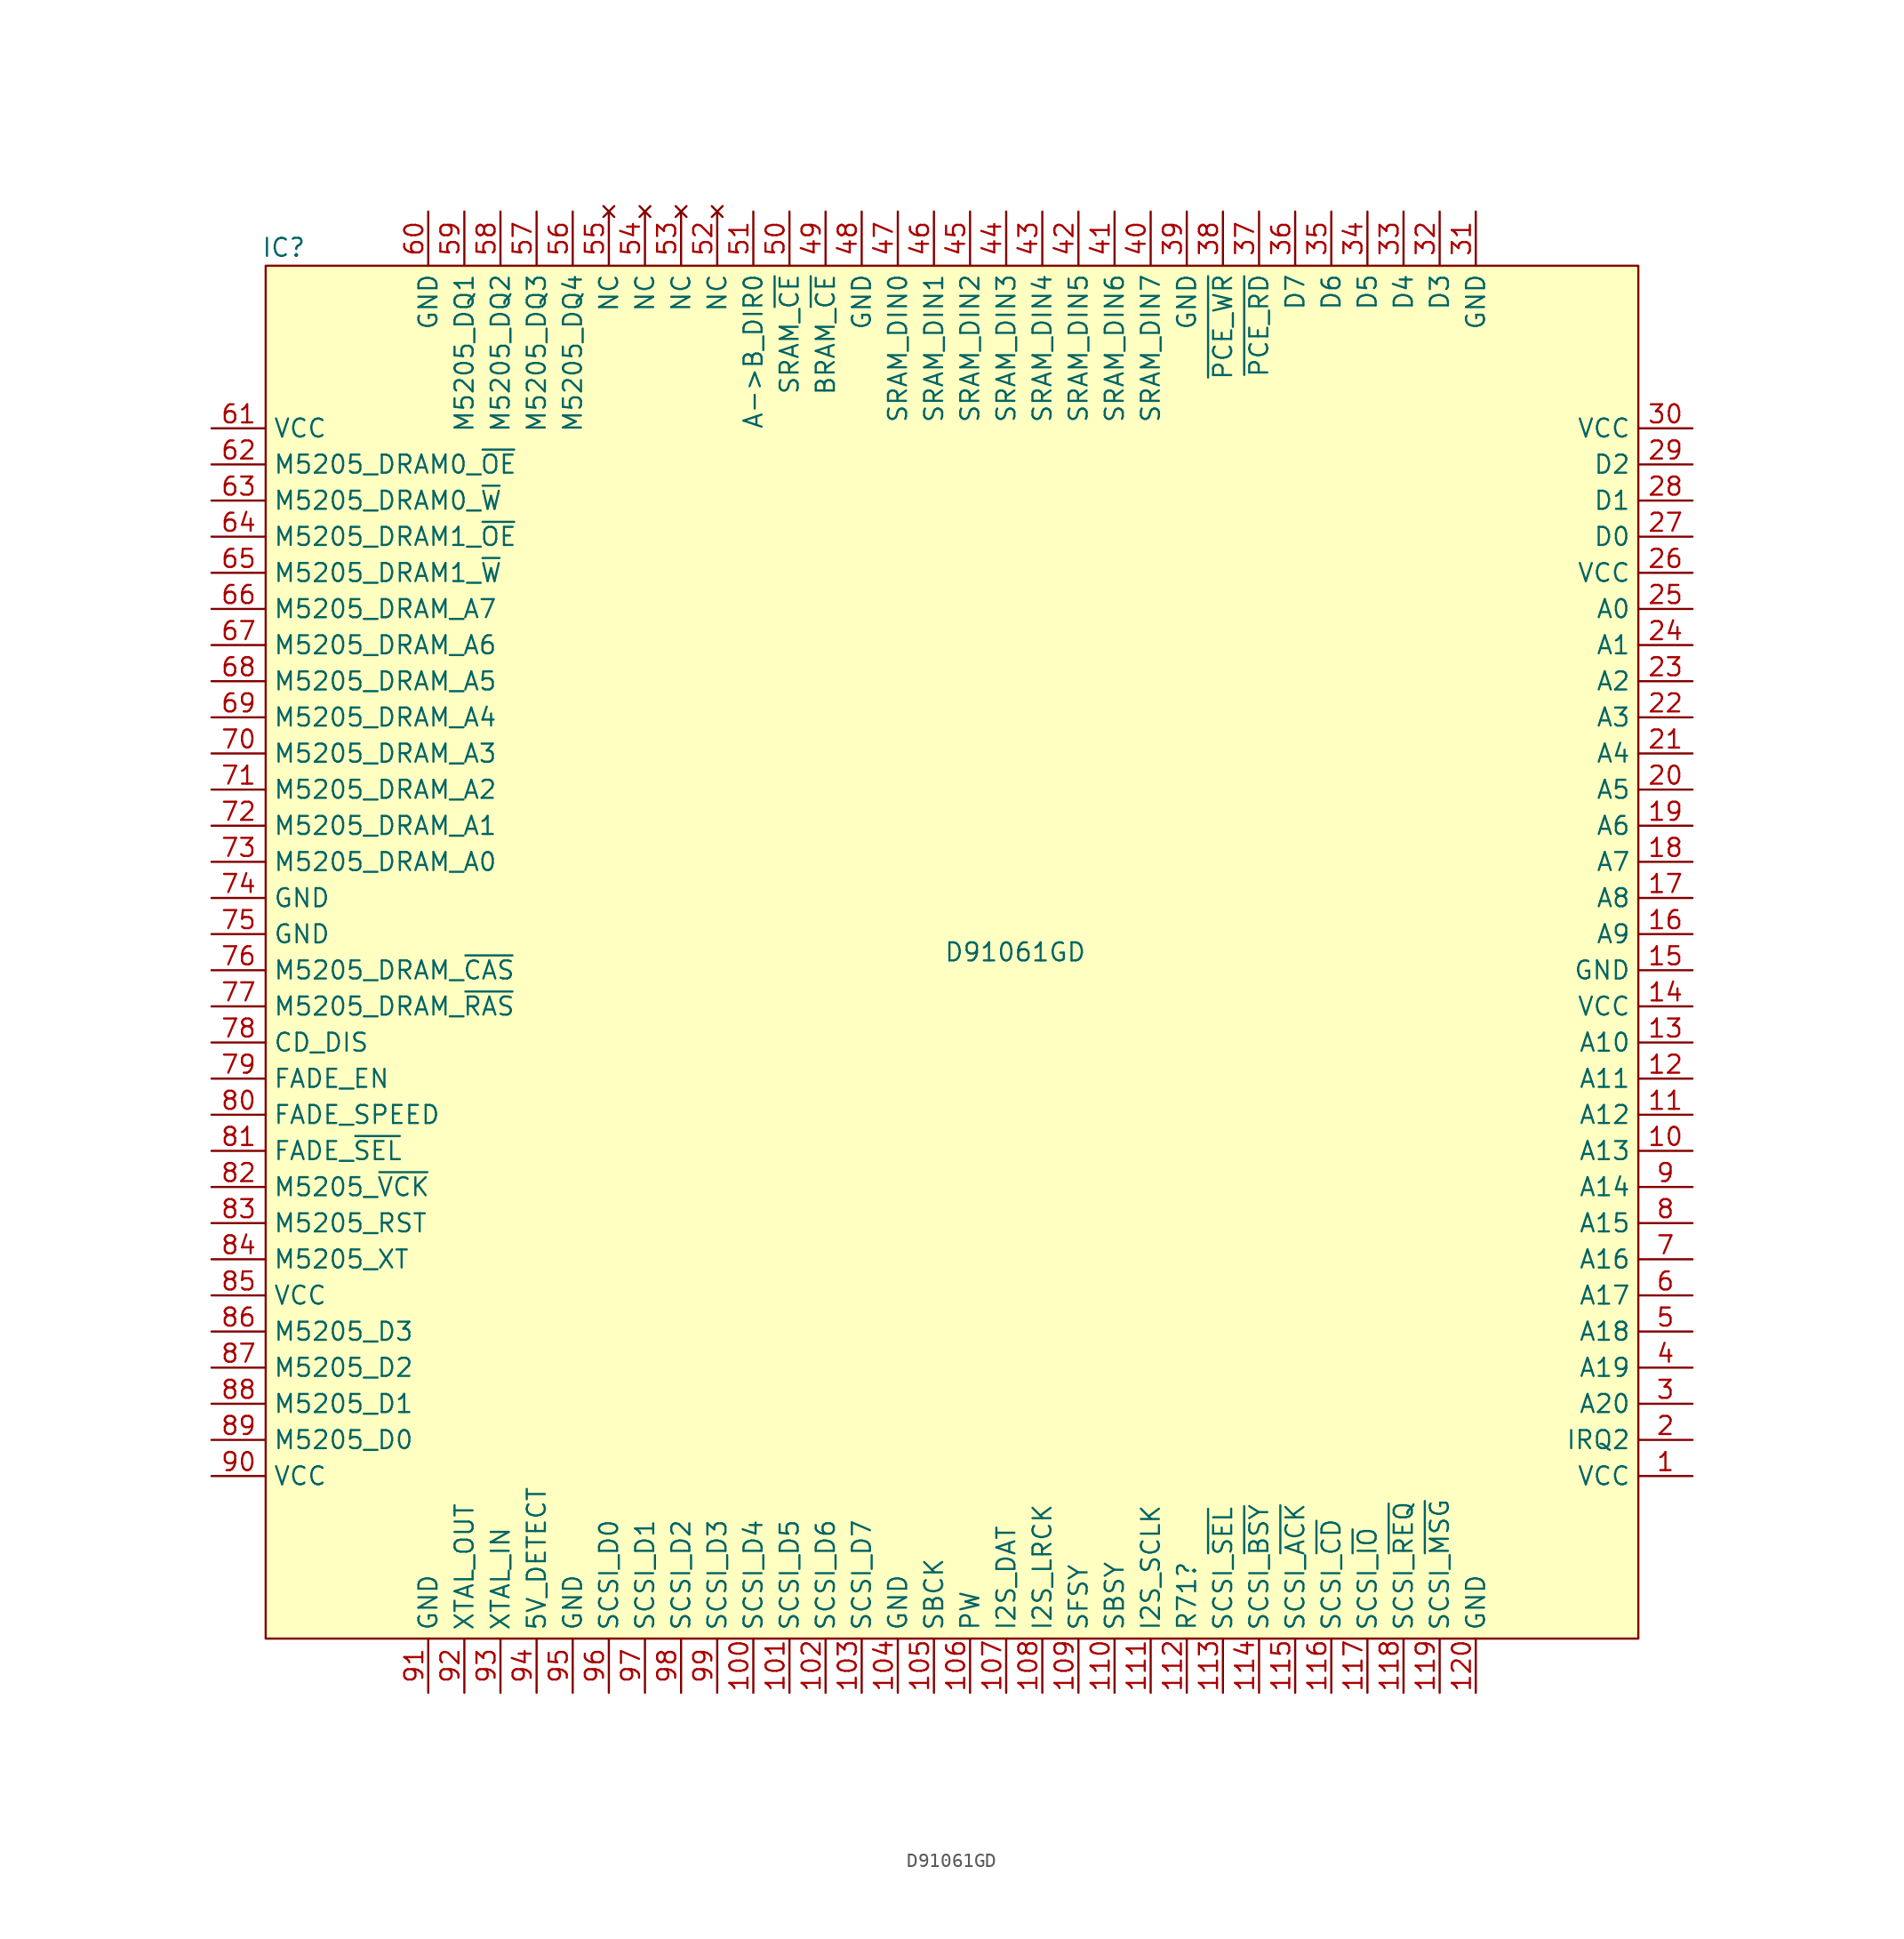
<source format=kicad_sym>
(kicad_symbol_lib
  (version 20241209)
  (generator "kicad_symbol_editor")
  (generator_version "9.0")
  (symbol "D91061GD"
    (property "Reference" "IC"
      (at 3.81 12.7 0)
      (effects (font (size 1.27 1.27))))
    (property "Value" "D91061GD"
      (at 55.245 -36.83 0)
      (effects (font (size 1.27 1.27))))
    (symbol "D91061GD_0_1"
      (rectangle (start 2.54 11.43) (end 99.06 -85.09) (stroke (width 0.152) (type default)) (fill (type background))))
    (symbol "D91061GD_1_1"
      (pin power_in line (at -1.27 0 0) (length 3.81) (name "VCC" (effects (font (size 1.27 1.27)))) (number "61" (effects (font (size 1.27 1.27)))))
      (pin output line (at -1.27 -2.54 0) (length 3.81) (name "M5205_DRAM0_~{OE}" (effects (font (size 1.27 1.27)))) (number "62" (effects (font (size 1.27 1.27)))))
      (pin output line (at -1.27 -5.08 0) (length 3.81) (name "M5205_DRAM0_~{W}" (effects (font (size 1.27 1.27)))) (number "63" (effects (font (size 1.27 1.27)))))
      (pin output line (at -1.27 -7.62 0) (length 3.81) (name "M5205_DRAM1_~{OE}" (effects (font (size 1.27 1.27)))) (number "64" (effects (font (size 1.27 1.27)))))
      (pin output line (at -1.27 -10.16 0) (length 3.81) (name "M5205_DRAM1_~{W}" (effects (font (size 1.27 1.27)))) (number "65" (effects (font (size 1.27 1.27)))))
      (pin output line (at -1.27 -12.7 0) (length 3.81) (name "M5205_DRAM_A7" (effects (font (size 1.27 1.27)))) (number "66" (effects (font (size 1.27 1.27)))))
      (pin output line (at -1.27 -15.24 0) (length 3.81) (name "M5205_DRAM_A6" (effects (font (size 1.27 1.27)))) (number "67" (effects (font (size 1.27 1.27)))))
      (pin output line (at -1.27 -17.78 0) (length 3.81) (name "M5205_DRAM_A5" (effects (font (size 1.27 1.27)))) (number "68" (effects (font (size 1.27 1.27)))))
      (pin output line (at -1.27 -20.32 0) (length 3.81) (name "M5205_DRAM_A4" (effects (font (size 1.27 1.27)))) (number "69" (effects (font (size 1.27 1.27)))))
      (pin output line (at -1.27 -22.86 0) (length 3.81) (name "M5205_DRAM_A3" (effects (font (size 1.27 1.27)))) (number "70" (effects (font (size 1.27 1.27)))))
      (pin output line (at -1.27 -25.4 0) (length 3.81) (name "M5205_DRAM_A2" (effects (font (size 1.27 1.27)))) (number "71" (effects (font (size 1.27 1.27)))))
      (pin output line (at -1.27 -27.94 0) (length 3.81) (name "M5205_DRAM_A1" (effects (font (size 1.27 1.27)))) (number "72" (effects (font (size 1.27 1.27)))))
      (pin output line (at -1.27 -30.48 0) (length 3.81) (name "M5205_DRAM_A0" (effects (font (size 1.27 1.27)))) (number "73" (effects (font (size 1.27 1.27)))))
      (pin power_in line (at -1.27 -33.02 0) (length 3.81) (name "GND" (effects (font (size 1.27 1.27)))) (number "74" (effects (font (size 1.27 1.27)))))
      (pin power_in line (at -1.27 -35.56 0) (length 3.81) (name "GND" (effects (font (size 1.27 1.27)))) (number "75" (effects (font (size 1.27 1.27)))))
      (pin output line (at -1.27 -38.1 0) (length 3.81) (name "M5205_DRAM_~{CAS}" (effects (font (size 1.27 1.27)))) (number "76" (effects (font (size 1.27 1.27)))))
      (pin output line (at -1.27 -40.64 0) (length 3.81) (name "M5205_DRAM_~{RAS}" (effects (font (size 1.27 1.27)))) (number "77" (effects (font (size 1.27 1.27)))))
      (pin output line (at -1.27 -43.18 0) (length 3.81) (name "CD_DIS" (effects (font (size 1.27 1.27)))) (number "78" (effects (font (size 1.27 1.27)))))
      (pin output line (at -1.27 -45.72 0) (length 3.81) (name "FADE_EN" (effects (font (size 1.27 1.27)))) (number "79" (effects (font (size 1.27 1.27)))))
      (pin output line (at -1.27 -48.26 0) (length 3.81) (name "FADE_SPEED" (effects (font (size 1.27 1.27)))) (number "80" (effects (font (size 1.27 1.27)))))
      (pin output line (at -1.27 -50.8 0) (length 3.81) (name "FADE_~{SEL}" (effects (font (size 1.27 1.27)))) (number "81" (effects (font (size 1.27 1.27)))))
      (pin input line (at -1.27 -53.34 0) (length 3.81) (name "M5205_~{VCK}" (effects (font (size 1.27 1.27)))) (number "82" (effects (font (size 1.27 1.27)))))
      (pin output line (at -1.27 -55.88 0) (length 3.81) (name "M5205_RST" (effects (font (size 1.27 1.27)))) (number "83" (effects (font (size 1.27 1.27)))))
      (pin output line (at -1.27 -58.42 0) (length 3.81) (name "M5205_XT" (effects (font (size 1.27 1.27)))) (number "84" (effects (font (size 1.27 1.27)))))
      (pin power_in line (at -1.27 -60.96 0) (length 3.81) (name "VCC" (effects (font (size 1.27 1.27)))) (number "85" (effects (font (size 1.27 1.27)))))
      (pin output line (at -1.27 -63.5 0) (length 3.81) (name "M5205_D3" (effects (font (size 1.27 1.27)))) (number "86" (effects (font (size 1.27 1.27)))))
      (pin output line (at -1.27 -66.04 0) (length 3.81) (name "M5205_D2" (effects (font (size 1.27 1.27)))) (number "87" (effects (font (size 1.27 1.27)))))
      (pin output line (at -1.27 -68.58 0) (length 3.81) (name "M5205_D1" (effects (font (size 1.27 1.27)))) (number "88" (effects (font (size 1.27 1.27)))))
      (pin output line (at -1.27 -71.12 0) (length 3.81) (name "M5205_D0" (effects (font (size 1.27 1.27)))) (number "89" (effects (font (size 1.27 1.27)))))
      (pin power_in line (at -1.27 -73.66 0) (length 3.81) (name "VCC" (effects (font (size 1.27 1.27)))) (number "90" (effects (font (size 1.27 1.27)))))
      (pin power_in line (at 13.97 15.24 270) (length 3.81) (name "GND" (effects (font (size 1.27 1.27)))) (number "60" (effects (font (size 1.27 1.27)))))
      (pin power_in line (at 13.97 -88.9 90) (length 3.81) (name "GND" (effects (font (size 1.27 1.27)))) (number "91" (effects (font (size 1.27 1.27)))))
      (pin output line (at 16.51 15.24 270) (length 3.81) (name "M5205_DQ1" (effects (font (size 1.27 1.27)))) (number "59" (effects (font (size 1.27 1.27)))))
      (pin output line (at 16.51 -88.9 90) (length 3.81) (name "XTAL_OUT" (effects (font (size 1.27 1.27)))) (number "92" (effects (font (size 1.27 1.27)))))
      (pin output line (at 19.05 15.24 270) (length 3.81) (name "M5205_DQ2" (effects (font (size 1.27 1.27)))) (number "58" (effects (font (size 1.27 1.27)))))
      (pin input line (at 19.05 -88.9 90) (length 3.81) (name "XTAL_IN" (effects (font (size 1.27 1.27)))) (number "93" (effects (font (size 1.27 1.27)))))
      (pin output line (at 21.59 15.24 270) (length 3.81) (name "M5205_DQ3" (effects (font (size 1.27 1.27)))) (number "57" (effects (font (size 1.27 1.27)))))
      (pin input line (at 21.59 -88.9 90) (length 3.81) (name "5V_DETECT" (effects (font (size 1.27 1.27)))) (number "94" (effects (font (size 1.27 1.27)))))
      (pin output line (at 24.13 15.24 270) (length 3.81) (name "M5205_DQ4" (effects (font (size 1.27 1.27)))) (number "56" (effects (font (size 1.27 1.27)))))
      (pin power_in line (at 24.13 -88.9 90) (length 3.81) (name "GND" (effects (font (size 1.27 1.27)))) (number "95" (effects (font (size 1.27 1.27)))))
      (pin no_connect line (at 26.67 15.24 270) (length 3.81) (name "NC" (effects (font (size 1.27 1.27)))) (number "55" (effects (font (size 1.27 1.27)))))
      (pin bidirectional line (at 26.67 -88.9 90) (length 3.81) (name "SCSI_D0" (effects (font (size 1.27 1.27)))) (number "96" (effects (font (size 1.27 1.27)))))
      (pin no_connect line (at 29.21 15.24 270) (length 3.81) (name "NC" (effects (font (size 1.27 1.27)))) (number "54" (effects (font (size 1.27 1.27)))))
      (pin bidirectional line (at 29.21 -88.9 90) (length 3.81) (name "SCSI_D1" (effects (font (size 1.27 1.27)))) (number "97" (effects (font (size 1.27 1.27)))))
      (pin no_connect line (at 31.75 15.24 270) (length 3.81) (name "NC" (effects (font (size 1.27 1.27)))) (number "53" (effects (font (size 1.27 1.27)))))
      (pin bidirectional line (at 31.75 -88.9 90) (length 3.81) (name "SCSI_D2" (effects (font (size 1.27 1.27)))) (number "98" (effects (font (size 1.27 1.27)))))
      (pin no_connect line (at 34.29 15.24 270) (length 3.81) (name "NC" (effects (font (size 1.27 1.27)))) (number "52" (effects (font (size 1.27 1.27)))))
      (pin bidirectional line (at 34.29 -88.9 90) (length 3.81) (name "SCSI_D3" (effects (font (size 1.27 1.27)))) (number "99" (effects (font (size 1.27 1.27)))))
      (pin output line (at 36.83 15.24 270) (length 3.81) (name "A->B_DIR0" (effects (font (size 1.27 1.27)))) (number "51" (effects (font (size 1.27 1.27)))))
      (pin bidirectional line (at 36.83 -88.9 90) (length 3.81) (name "SCSI_D4" (effects (font (size 1.27 1.27)))) (number "100" (effects (font (size 1.27 1.27)))))
      (pin output line (at 39.37 15.24 270) (length 3.81) (name "SRAM_~{CE}" (effects (font (size 1.27 1.27)))) (number "50" (effects (font (size 1.27 1.27)))))
      (pin bidirectional line (at 39.37 -88.9 90) (length 3.81) (name "SCSI_D5" (effects (font (size 1.27 1.27)))) (number "101" (effects (font (size 1.27 1.27)))))
      (pin output line (at 41.91 15.24 270) (length 3.81) (name "BRAM_~{CE}" (effects (font (size 1.27 1.27)))) (number "49" (effects (font (size 1.27 1.27)))))
      (pin bidirectional line (at 41.91 -88.9 90) (length 3.81) (name "SCSI_D6" (effects (font (size 1.27 1.27)))) (number "102" (effects (font (size 1.27 1.27)))))
      (pin power_in line (at 44.45 15.24 270) (length 3.81) (name "GND" (effects (font (size 1.27 1.27)))) (number "48" (effects (font (size 1.27 1.27)))))
      (pin bidirectional line (at 44.45 -88.9 90) (length 3.81) (name "SCSI_D7" (effects (font (size 1.27 1.27)))) (number "103" (effects (font (size 1.27 1.27)))))
      (pin bidirectional line (at 46.99 15.24 270) (length 3.81) (name "SRAM_DIN0" (effects (font (size 1.27 1.27)))) (number "47" (effects (font (size 1.27 1.27)))))
      (pin power_in line (at 46.99 -88.9 90) (length 3.81) (name "GND" (effects (font (size 1.27 1.27)))) (number "104" (effects (font (size 1.27 1.27)))))
      (pin bidirectional line (at 49.53 15.24 270) (length 3.81) (name "SRAM_DIN1" (effects (font (size 1.27 1.27)))) (number "46" (effects (font (size 1.27 1.27)))))
      (pin input line (at 49.53 -88.9 90) (length 3.81) (name "SBCK" (effects (font (size 1.27 1.27)))) (number "105" (effects (font (size 1.27 1.27)))))
      (pin bidirectional line (at 52.07 15.24 270) (length 3.81) (name "SRAM_DIN2" (effects (font (size 1.27 1.27)))) (number "45" (effects (font (size 1.27 1.27)))))
      (pin input line (at 52.07 -88.9 90) (length 3.81) (name "PW" (effects (font (size 1.27 1.27)))) (number "106" (effects (font (size 1.27 1.27)))))
      (pin bidirectional line (at 54.61 15.24 270) (length 3.81) (name "SRAM_DIN3" (effects (font (size 1.27 1.27)))) (number "44" (effects (font (size 1.27 1.27)))))
      (pin input line (at 54.61 -88.9 90) (length 3.81) (name "I2S_DAT" (effects (font (size 1.27 1.27)))) (number "107" (effects (font (size 1.27 1.27)))))
      (pin bidirectional line (at 57.15 15.24 270) (length 3.81) (name "SRAM_DIN4" (effects (font (size 1.27 1.27)))) (number "43" (effects (font (size 1.27 1.27)))))
      (pin input line (at 57.15 -88.9 90) (length 3.81) (name "I2S_LRCK" (effects (font (size 1.27 1.27)))) (number "108" (effects (font (size 1.27 1.27)))))
      (pin bidirectional line (at 59.69 15.24 270) (length 3.81) (name "SRAM_DIN5" (effects (font (size 1.27 1.27)))) (number "42" (effects (font (size 1.27 1.27)))))
      (pin input line (at 59.69 -88.9 90) (length 3.81) (name "SFSY" (effects (font (size 1.27 1.27)))) (number "109" (effects (font (size 1.27 1.27)))))
      (pin bidirectional line (at 62.23 15.24 270) (length 3.81) (name "SRAM_DIN6" (effects (font (size 1.27 1.27)))) (number "41" (effects (font (size 1.27 1.27)))))
      (pin input line (at 62.23 -88.9 90) (length 3.81) (name "SBSY" (effects (font (size 1.27 1.27)))) (number "110" (effects (font (size 1.27 1.27)))))
      (pin bidirectional line (at 64.77 15.24 270) (length 3.81) (name "SRAM_DIN7" (effects (font (size 1.27 1.27)))) (number "40" (effects (font (size 1.27 1.27)))))
      (pin input line (at 64.77 -88.9 90) (length 3.81) (name "I2S_SCLK" (effects (font (size 1.27 1.27)))) (number "111" (effects (font (size 1.27 1.27)))))
      (pin power_in line (at 67.31 15.24 270) (length 3.81) (name "GND" (effects (font (size 1.27 1.27)))) (number "39" (effects (font (size 1.27 1.27)))))
      (pin input line (at 67.31 -88.9 90) (length 3.81) (name "R71?" (effects (font (size 1.27 1.27)))) (number "112" (effects (font (size 1.27 1.27)))))
      (pin input line (at 69.85 15.24 270) (length 3.81) (name "~{PCE_WR}" (effects (font (size 1.27 1.27)))) (number "38" (effects (font (size 1.27 1.27)))))
      (pin bidirectional line (at 69.85 -88.9 90) (length 3.81) (name "SCSI_~{SEL}" (effects (font (size 1.27 1.27)))) (number "113" (effects (font (size 1.27 1.27)))))
      (pin input line (at 72.39 15.24 270) (length 3.81) (name "~{PCE_RD}" (effects (font (size 1.27 1.27)))) (number "37" (effects (font (size 1.27 1.27)))))
      (pin bidirectional line (at 72.39 -88.9 90) (length 3.81) (name "SCSI_~{BSY}" (effects (font (size 1.27 1.27)))) (number "114" (effects (font (size 1.27 1.27)))))
      (pin bidirectional line (at 74.93 15.24 270) (length 3.81) (name "D7" (effects (font (size 1.27 1.27)))) (number "36" (effects (font (size 1.27 1.27)))))
      (pin output line (at 74.93 -88.9 90) (length 3.81) (name "SCSI_~{ACK}" (effects (font (size 1.27 1.27)))) (number "115" (effects (font (size 1.27 1.27)))))
      (pin bidirectional line (at 77.47 15.24 270) (length 3.81) (name "D6" (effects (font (size 1.27 1.27)))) (number "35" (effects (font (size 1.27 1.27)))))
      (pin input line (at 77.47 -88.9 90) (length 3.81) (name "SCSI_~{CD}" (effects (font (size 1.27 1.27)))) (number "116" (effects (font (size 1.27 1.27)))))
      (pin bidirectional line (at 80.01 15.24 270) (length 3.81) (name "D5" (effects (font (size 1.27 1.27)))) (number "34" (effects (font (size 1.27 1.27)))))
      (pin input line (at 80.01 -88.9 90) (length 3.81) (name "SCSI_~{IO}" (effects (font (size 1.27 1.27)))) (number "117" (effects (font (size 1.27 1.27)))))
      (pin bidirectional line (at 82.55 15.24 270) (length 3.81) (name "D4" (effects (font (size 1.27 1.27)))) (number "33" (effects (font (size 1.27 1.27)))))
      (pin input line (at 82.55 -88.9 90) (length 3.81) (name "SCSI_~{REQ}" (effects (font (size 1.27 1.27)))) (number "118" (effects (font (size 1.27 1.27)))))
      (pin bidirectional line (at 85.09 15.24 270) (length 3.81) (name "D3" (effects (font (size 1.27 1.27)))) (number "32" (effects (font (size 1.27 1.27)))))
      (pin input line (at 85.09 -88.9 90) (length 3.81) (name "SCSI_~{MSG}" (effects (font (size 1.27 1.27)))) (number "119" (effects (font (size 1.27 1.27)))))
      (pin power_in line (at 87.63 15.24 270) (length 3.81) (name "GND" (effects (font (size 1.27 1.27)))) (number "31" (effects (font (size 1.27 1.27)))))
      (pin power_in line (at 87.63 -88.9 90) (length 3.81) (name "GND" (effects (font (size 1.27 1.27)))) (number "120" (effects (font (size 1.27 1.27)))))
      (pin power_in line (at 102.87 0 180) (length 3.81) (name "VCC" (effects (font (size 1.27 1.27)))) (number "30" (effects (font (size 1.27 1.27)))))
      (pin bidirectional line (at 102.87 -2.54 180) (length 3.81) (name "D2" (effects (font (size 1.27 1.27)))) (number "29" (effects (font (size 1.27 1.27)))))
      (pin bidirectional line (at 102.87 -5.08 180) (length 3.81) (name "D1" (effects (font (size 1.27 1.27)))) (number "28" (effects (font (size 1.27 1.27)))))
      (pin bidirectional line (at 102.87 -7.62 180) (length 3.81) (name "D0" (effects (font (size 1.27 1.27)))) (number "27" (effects (font (size 1.27 1.27)))))
      (pin power_in line (at 102.87 -10.16 180) (length 3.81) (name "VCC" (effects (font (size 1.27 1.27)))) (number "26" (effects (font (size 1.27 1.27)))))
      (pin input line (at 102.87 -12.7 180) (length 3.81) (name "A0" (effects (font (size 1.27 1.27)))) (number "25" (effects (font (size 1.27 1.27)))))
      (pin input line (at 102.87 -15.24 180) (length 3.81) (name "A1" (effects (font (size 1.27 1.27)))) (number "24" (effects (font (size 1.27 1.27)))))
      (pin input line (at 102.87 -17.78 180) (length 3.81) (name "A2" (effects (font (size 1.27 1.27)))) (number "23" (effects (font (size 1.27 1.27)))))
      (pin input line (at 102.87 -20.32 180) (length 3.81) (name "A3" (effects (font (size 1.27 1.27)))) (number "22" (effects (font (size 1.27 1.27)))))
      (pin input line (at 102.87 -22.86 180) (length 3.81) (name "A4" (effects (font (size 1.27 1.27)))) (number "21" (effects (font (size 1.27 1.27)))))
      (pin input line (at 102.87 -25.4 180) (length 3.81) (name "A5" (effects (font (size 1.27 1.27)))) (number "20" (effects (font (size 1.27 1.27)))))
      (pin input line (at 102.87 -27.94 180) (length 3.81) (name "A6" (effects (font (size 1.27 1.27)))) (number "19" (effects (font (size 1.27 1.27)))))
      (pin input line (at 102.87 -30.48 180) (length 3.81) (name "A7" (effects (font (size 1.27 1.27)))) (number "18" (effects (font (size 1.27 1.27)))))
      (pin input line (at 102.87 -33.02 180) (length 3.81) (name "A8" (effects (font (size 1.27 1.27)))) (number "17" (effects (font (size 1.27 1.27)))))
      (pin input line (at 102.87 -35.56 180) (length 3.81) (name "A9" (effects (font (size 1.27 1.27)))) (number "16" (effects (font (size 1.27 1.27)))))
      (pin power_in line (at 102.87 -38.1 180) (length 3.81) (name "GND" (effects (font (size 1.27 1.27)))) (number "15" (effects (font (size 1.27 1.27)))))
      (pin power_in line (at 102.87 -40.64 180) (length 3.81) (name "VCC" (effects (font (size 1.27 1.27)))) (number "14" (effects (font (size 1.27 1.27)))))
      (pin input line (at 102.87 -43.18 180) (length 3.81) (name "A10" (effects (font (size 1.27 1.27)))) (number "13" (effects (font (size 1.27 1.27)))))
      (pin input line (at 102.87 -45.72 180) (length 3.81) (name "A11" (effects (font (size 1.27 1.27)))) (number "12" (effects (font (size 1.27 1.27)))))
      (pin input line (at 102.87 -48.26 180) (length 3.81) (name "A12" (effects (font (size 1.27 1.27)))) (number "11" (effects (font (size 1.27 1.27)))))
      (pin input line (at 102.87 -50.8 180) (length 3.81) (name "A13" (effects (font (size 1.27 1.27)))) (number "10" (effects (font (size 1.27 1.27)))))
      (pin input line (at 102.87 -53.34 180) (length 3.81) (name "A14" (effects (font (size 1.27 1.27)))) (number "9" (effects (font (size 1.27 1.27)))))
      (pin input line (at 102.87 -55.88 180) (length 3.81) (name "A15" (effects (font (size 1.27 1.27)))) (number "8" (effects (font (size 1.27 1.27)))))
      (pin input line (at 102.87 -58.42 180) (length 3.81) (name "A16" (effects (font (size 1.27 1.27)))) (number "7" (effects (font (size 1.27 1.27)))))
      (pin input line (at 102.87 -60.96 180) (length 3.81) (name "A17" (effects (font (size 1.27 1.27)))) (number "6" (effects (font (size 1.27 1.27)))))
      (pin input line (at 102.87 -63.5 180) (length 3.81) (name "A18" (effects (font (size 1.27 1.27)))) (number "5" (effects (font (size 1.27 1.27)))))
      (pin input line (at 102.87 -66.04 180) (length 3.81) (name "A19" (effects (font (size 1.27 1.27)))) (number "4" (effects (font (size 1.27 1.27)))))
      (pin input line (at 102.87 -68.58 180) (length 3.81) (name "A20" (effects (font (size 1.27 1.27)))) (number "3" (effects (font (size 1.27 1.27)))))
      (pin output line (at 102.87 -71.12 180) (length 3.81) (name "IRQ2" (effects (font (size 1.27 1.27)))) (number "2" (effects (font (size 1.27 1.27)))))
      (pin power_in line (at 102.87 -73.66 180) (length 3.81) (name "VCC" (effects (font (size 1.27 1.27)))) (number "1" (effects (font (size 1.27 1.27))))))))
</source>
